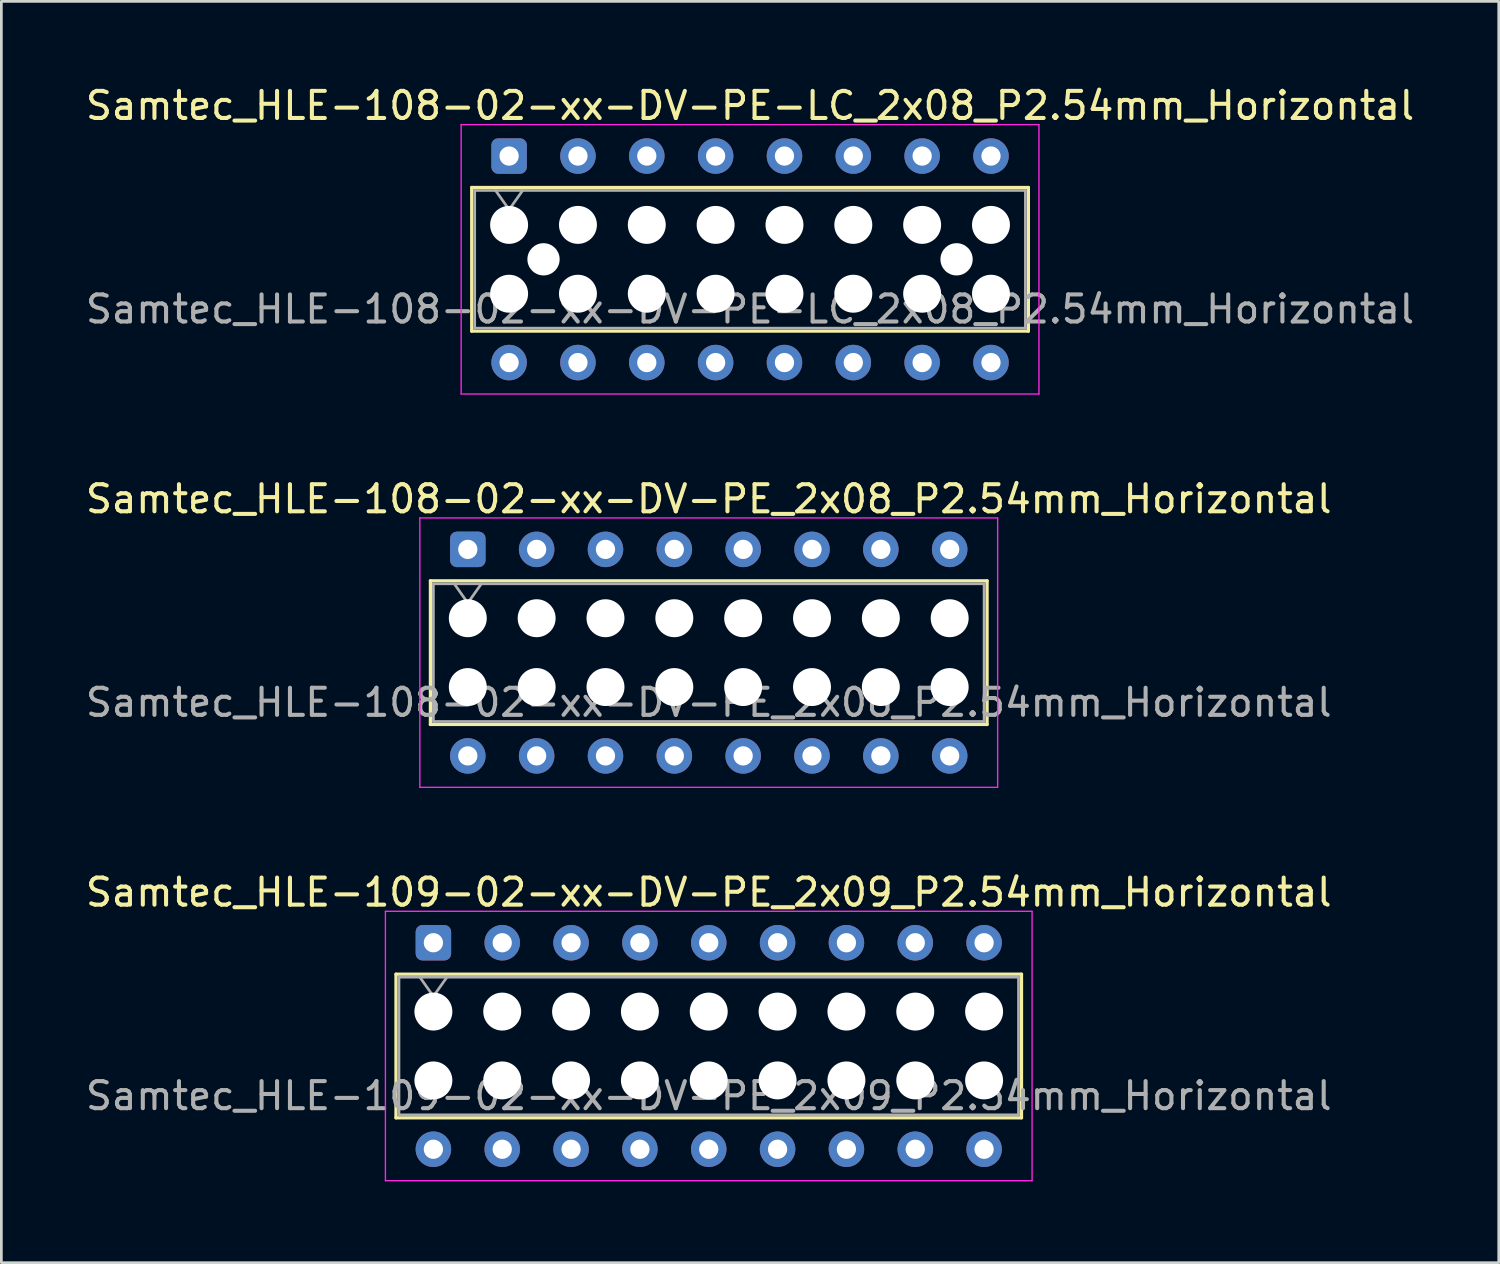
<source format=kicad_pcb>
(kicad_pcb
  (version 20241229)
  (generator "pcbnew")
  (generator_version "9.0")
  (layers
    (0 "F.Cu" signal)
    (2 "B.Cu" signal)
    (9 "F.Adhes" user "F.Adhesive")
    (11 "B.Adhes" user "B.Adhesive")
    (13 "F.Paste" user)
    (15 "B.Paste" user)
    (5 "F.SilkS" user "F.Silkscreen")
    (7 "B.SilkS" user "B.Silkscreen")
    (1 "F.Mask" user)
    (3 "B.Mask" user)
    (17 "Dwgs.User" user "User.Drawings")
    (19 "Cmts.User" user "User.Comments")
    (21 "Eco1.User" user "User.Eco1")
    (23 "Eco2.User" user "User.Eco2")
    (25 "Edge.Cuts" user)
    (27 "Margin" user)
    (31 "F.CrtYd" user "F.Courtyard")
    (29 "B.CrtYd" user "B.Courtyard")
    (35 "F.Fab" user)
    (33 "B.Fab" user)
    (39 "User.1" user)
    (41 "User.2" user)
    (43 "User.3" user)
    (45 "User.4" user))
  (footprint "Samtec_HLE-108-02-xx-DV-PE_2x08_P2.54mm_Horizontal"
    (layer "F.Cu")
    (at 14.211 17.221)
    (property "Reference" "Samtec_HLE-108-02-xx-DV-PE_2x08_P2.54mm_Horizontal" (at 8.89 -1.86 0) (layer "F.SilkS") (effects (font (size 1 1) (thickness 0.15))))
    (attr through_hole)
    (fp_line (start -1.38 1.16) (end 19.16 1.16) (stroke (width 0.12) (type solid)) (layer "F.SilkS"))
    (fp_line (start -1.38 6.46) (end -1.38 1.16) (stroke (width 0.12) (type solid)) (layer "F.SilkS"))
    (fp_line (start 19.16 1.16) (end 19.16 6.46) (stroke (width 0.12) (type solid)) (layer "F.SilkS"))
    (fp_line (start 19.16 6.46) (end -1.38 6.46) (stroke (width 0.12) (type solid)) (layer "F.SilkS"))
    (fp_line (start -1.77 -1.16) (end 19.55 -1.16) (stroke (width 0.05) (type solid)) (layer "F.CrtYd"))
    (fp_line (start -1.77 8.78) (end -1.77 -1.16) (stroke (width 0.05) (type solid)) (layer "F.CrtYd"))
    (fp_line (start 19.55 -1.16) (end 19.55 8.78) (stroke (width 0.05) (type solid)) (layer "F.CrtYd"))
    (fp_line (start 19.55 8.78) (end -1.77 8.78) (stroke (width 0.05) (type solid)) (layer "F.CrtYd"))
    (fp_line (start -1.27 1.27) (end 19.05 1.27) (stroke (width 0.1) (type solid)) (layer "F.Fab"))
    (fp_line (start -1.27 6.35) (end -1.27 1.27) (stroke (width 0.1) (type solid)) (layer "F.Fab"))
    (fp_line (start -0.5 1.27) (end 0 1.977) (stroke (width 0.1) (type solid)) (layer "F.Fab"))
    (fp_line (start 0 1.977) (end 0.5 1.27) (stroke (width 0.1) (type solid)) (layer "F.Fab"))
    (fp_line (start 19.05 1.27) (end 19.05 6.35) (stroke (width 0.1) (type solid)) (layer "F.Fab"))
    (fp_line (start 19.05 6.35) (end -1.27 6.35) (stroke (width 0.1) (type solid)) (layer "F.Fab"))
    (fp_text user "${REFERENCE}" (at 8.89 5.65 0) (layer "F.Fab") (effects (font (size 1 1) (thickness 0.15))))
    (pad "" np_thru_hole circle (at 0 2.54) (size 1.4 1.4) (drill 1.4) (layers "*.Cu" "*.Mask"))
    (pad "" np_thru_hole circle (at 0 5.08) (size 1.4 1.4) (drill 1.4) (layers "*.Cu" "*.Mask"))
    (pad "" np_thru_hole circle (at 2.54 2.54) (size 1.4 1.4) (drill 1.4) (layers "*.Cu" "*.Mask"))
    (pad "" np_thru_hole circle (at 2.54 5.08) (size 1.4 1.4) (drill 1.4) (layers "*.Cu" "*.Mask"))
    (pad "" np_thru_hole circle (at 5.08 2.54) (size 1.4 1.4) (drill 1.4) (layers "*.Cu" "*.Mask"))
    (pad "" np_thru_hole circle (at 5.08 5.08) (size 1.4 1.4) (drill 1.4) (layers "*.Cu" "*.Mask"))
    (pad "" np_thru_hole circle (at 7.62 2.54) (size 1.4 1.4) (drill 1.4) (layers "*.Cu" "*.Mask"))
    (pad "" np_thru_hole circle (at 7.62 5.08) (size 1.4 1.4) (drill 1.4) (layers "*.Cu" "*.Mask"))
    (pad "" np_thru_hole circle (at 10.16 2.54) (size 1.4 1.4) (drill 1.4) (layers "*.Cu" "*.Mask"))
    (pad "" np_thru_hole circle (at 10.16 5.08) (size 1.4 1.4) (drill 1.4) (layers "*.Cu" "*.Mask"))
    (pad "" np_thru_hole circle (at 12.7 2.54) (size 1.4 1.4) (drill 1.4) (layers "*.Cu" "*.Mask"))
    (pad "" np_thru_hole circle (at 12.7 5.08) (size 1.4 1.4) (drill 1.4) (layers "*.Cu" "*.Mask"))
    (pad "" np_thru_hole circle (at 15.24 2.54) (size 1.4 1.4) (drill 1.4) (layers "*.Cu" "*.Mask"))
    (pad "" np_thru_hole circle (at 15.24 5.08) (size 1.4 1.4) (drill 1.4) (layers "*.Cu" "*.Mask"))
    (pad "" np_thru_hole circle (at 17.78 2.54) (size 1.4 1.4) (drill 1.4) (layers "*.Cu" "*.Mask"))
    (pad "" np_thru_hole circle (at 17.78 5.08) (size 1.4 1.4) (drill 1.4) (layers "*.Cu" "*.Mask"))
    (pad "1" thru_hole roundrect (at 0 0) (size 1.31 1.31) (drill 0.71) (layers "*.Cu" "*.Mask") (roundrect_rratio 0.191))
    (pad "2" thru_hole circle (at 0 7.62) (size 1.31 1.31) (drill 0.71) (layers "*.Cu" "*.Mask"))
    (pad "3" thru_hole circle (at 2.54 0) (size 1.31 1.31) (drill 0.71) (layers "*.Cu" "*.Mask"))
    (pad "4" thru_hole circle (at 2.54 7.62) (size 1.31 1.31) (drill 0.71) (layers "*.Cu" "*.Mask"))
    (pad "5" thru_hole circle (at 5.08 0) (size 1.31 1.31) (drill 0.71) (layers "*.Cu" "*.Mask"))
    (pad "6" thru_hole circle (at 5.08 7.62) (size 1.31 1.31) (drill 0.71) (layers "*.Cu" "*.Mask"))
    (pad "7" thru_hole circle (at 7.62 0) (size 1.31 1.31) (drill 0.71) (layers "*.Cu" "*.Mask"))
    (pad "8" thru_hole circle (at 7.62 7.62) (size 1.31 1.31) (drill 0.71) (layers "*.Cu" "*.Mask"))
    (pad "9" thru_hole circle (at 10.16 0) (size 1.31 1.31) (drill 0.71) (layers "*.Cu" "*.Mask"))
    (pad "10" thru_hole circle (at 10.16 7.62) (size 1.31 1.31) (drill 0.71) (layers "*.Cu" "*.Mask"))
    (pad "11" thru_hole circle (at 12.7 0) (size 1.31 1.31) (drill 0.71) (layers "*.Cu" "*.Mask"))
    (pad "12" thru_hole circle (at 12.7 7.62) (size 1.31 1.31) (drill 0.71) (layers "*.Cu" "*.Mask"))
    (pad "13" thru_hole circle (at 15.24 0) (size 1.31 1.31) (drill 0.71) (layers "*.Cu" "*.Mask"))
    (pad "14" thru_hole circle (at 15.24 7.62) (size 1.31 1.31) (drill 0.71) (layers "*.Cu" "*.Mask"))
    (pad "15" thru_hole circle (at 17.78 0) (size 1.31 1.31) (drill 0.71) (layers "*.Cu" "*.Mask"))
    (pad "16" thru_hole circle (at 17.78 7.62) (size 1.31 1.31) (drill 0.71) (layers "*.Cu" "*.Mask")))
  (footprint "Samtec_HLE-108-02-xx-DV-PE-LC_2x08_P2.54mm_Horizontal"
    (layer "F.Cu")
    (at 15.735 2.708)
    (property "Reference" "Samtec_HLE-108-02-xx-DV-PE-LC_2x08_P2.54mm_Horizontal" (at 8.89 -1.86 0) (layer "F.SilkS") (effects (font (size 1 1) (thickness 0.15))))
    (attr through_hole)
    (fp_line (start -1.38 1.16) (end 19.16 1.16) (stroke (width 0.12) (type solid)) (layer "F.SilkS"))
    (fp_line (start -1.38 6.46) (end -1.38 1.16) (stroke (width 0.12) (type solid)) (layer "F.SilkS"))
    (fp_line (start 19.16 1.16) (end 19.16 6.46) (stroke (width 0.12) (type solid)) (layer "F.SilkS"))
    (fp_line (start 19.16 6.46) (end -1.38 6.46) (stroke (width 0.12) (type solid)) (layer "F.SilkS"))
    (fp_line (start -1.77 -1.16) (end 19.55 -1.16) (stroke (width 0.05) (type solid)) (layer "F.CrtYd"))
    (fp_line (start -1.77 8.78) (end -1.77 -1.16) (stroke (width 0.05) (type solid)) (layer "F.CrtYd"))
    (fp_line (start 19.55 -1.16) (end 19.55 8.78) (stroke (width 0.05) (type solid)) (layer "F.CrtYd"))
    (fp_line (start 19.55 8.78) (end -1.77 8.78) (stroke (width 0.05) (type solid)) (layer "F.CrtYd"))
    (fp_line (start -1.27 1.27) (end 19.05 1.27) (stroke (width 0.1) (type solid)) (layer "F.Fab"))
    (fp_line (start -1.27 6.35) (end -1.27 1.27) (stroke (width 0.1) (type solid)) (layer "F.Fab"))
    (fp_line (start -0.5 1.27) (end 0 1.977) (stroke (width 0.1) (type solid)) (layer "F.Fab"))
    (fp_line (start 0 1.977) (end 0.5 1.27) (stroke (width 0.1) (type solid)) (layer "F.Fab"))
    (fp_line (start 19.05 1.27) (end 19.05 6.35) (stroke (width 0.1) (type solid)) (layer "F.Fab"))
    (fp_line (start 19.05 6.35) (end -1.27 6.35) (stroke (width 0.1) (type solid)) (layer "F.Fab"))
    (fp_text user "${REFERENCE}" (at 8.89 5.65 0) (layer "F.Fab") (effects (font (size 1 1) (thickness 0.15))))
    (pad "" np_thru_hole circle (at 0 2.54) (size 1.4 1.4) (drill 1.4) (layers "*.Cu" "*.Mask"))
    (pad "" np_thru_hole circle (at 0 5.08) (size 1.4 1.4) (drill 1.4) (layers "*.Cu" "*.Mask"))
    (pad "" np_thru_hole circle (at 1.27 3.81) (size 1.19 1.19) (drill 1.19) (layers "*.Cu" "*.Mask"))
    (pad "" np_thru_hole circle (at 2.54 2.54) (size 1.4 1.4) (drill 1.4) (layers "*.Cu" "*.Mask"))
    (pad "" np_thru_hole circle (at 2.54 5.08) (size 1.4 1.4) (drill 1.4) (layers "*.Cu" "*.Mask"))
    (pad "" np_thru_hole circle (at 5.08 2.54) (size 1.4 1.4) (drill 1.4) (layers "*.Cu" "*.Mask"))
    (pad "" np_thru_hole circle (at 5.08 5.08) (size 1.4 1.4) (drill 1.4) (layers "*.Cu" "*.Mask"))
    (pad "" np_thru_hole circle (at 7.62 2.54) (size 1.4 1.4) (drill 1.4) (layers "*.Cu" "*.Mask"))
    (pad "" np_thru_hole circle (at 7.62 5.08) (size 1.4 1.4) (drill 1.4) (layers "*.Cu" "*.Mask"))
    (pad "" np_thru_hole circle (at 10.16 2.54) (size 1.4 1.4) (drill 1.4) (layers "*.Cu" "*.Mask"))
    (pad "" np_thru_hole circle (at 10.16 5.08) (size 1.4 1.4) (drill 1.4) (layers "*.Cu" "*.Mask"))
    (pad "" np_thru_hole circle (at 12.7 2.54) (size 1.4 1.4) (drill 1.4) (layers "*.Cu" "*.Mask"))
    (pad "" np_thru_hole circle (at 12.7 5.08) (size 1.4 1.4) (drill 1.4) (layers "*.Cu" "*.Mask"))
    (pad "" np_thru_hole circle (at 15.24 2.54) (size 1.4 1.4) (drill 1.4) (layers "*.Cu" "*.Mask"))
    (pad "" np_thru_hole circle (at 15.24 5.08) (size 1.4 1.4) (drill 1.4) (layers "*.Cu" "*.Mask"))
    (pad "" np_thru_hole circle (at 16.51 3.81) (size 1.19 1.19) (drill 1.19) (layers "*.Cu" "*.Mask"))
    (pad "" np_thru_hole circle (at 17.78 2.54) (size 1.4 1.4) (drill 1.4) (layers "*.Cu" "*.Mask"))
    (pad "" np_thru_hole circle (at 17.78 5.08) (size 1.4 1.4) (drill 1.4) (layers "*.Cu" "*.Mask"))
    (pad "1" thru_hole roundrect (at 0 0) (size 1.31 1.31) (drill 0.71) (layers "*.Cu" "*.Mask") (roundrect_rratio 0.191))
    (pad "2" thru_hole circle (at 0 7.62) (size 1.31 1.31) (drill 0.71) (layers "*.Cu" "*.Mask"))
    (pad "3" thru_hole circle (at 2.54 0) (size 1.31 1.31) (drill 0.71) (layers "*.Cu" "*.Mask"))
    (pad "4" thru_hole circle (at 2.54 7.62) (size 1.31 1.31) (drill 0.71) (layers "*.Cu" "*.Mask"))
    (pad "5" thru_hole circle (at 5.08 0) (size 1.31 1.31) (drill 0.71) (layers "*.Cu" "*.Mask"))
    (pad "6" thru_hole circle (at 5.08 7.62) (size 1.31 1.31) (drill 0.71) (layers "*.Cu" "*.Mask"))
    (pad "7" thru_hole circle (at 7.62 0) (size 1.31 1.31) (drill 0.71) (layers "*.Cu" "*.Mask"))
    (pad "8" thru_hole circle (at 7.62 7.62) (size 1.31 1.31) (drill 0.71) (layers "*.Cu" "*.Mask"))
    (pad "9" thru_hole circle (at 10.16 0) (size 1.31 1.31) (drill 0.71) (layers "*.Cu" "*.Mask"))
    (pad "10" thru_hole circle (at 10.16 7.62) (size 1.31 1.31) (drill 0.71) (layers "*.Cu" "*.Mask"))
    (pad "11" thru_hole circle (at 12.7 0) (size 1.31 1.31) (drill 0.71) (layers "*.Cu" "*.Mask"))
    (pad "12" thru_hole circle (at 12.7 7.62) (size 1.31 1.31) (drill 0.71) (layers "*.Cu" "*.Mask"))
    (pad "13" thru_hole circle (at 15.24 0) (size 1.31 1.31) (drill 0.71) (layers "*.Cu" "*.Mask"))
    (pad "14" thru_hole circle (at 15.24 7.62) (size 1.31 1.31) (drill 0.71) (layers "*.Cu" "*.Mask"))
    (pad "15" thru_hole circle (at 17.78 0) (size 1.31 1.31) (drill 0.71) (layers "*.Cu" "*.Mask"))
    (pad "16" thru_hole circle (at 17.78 7.62) (size 1.31 1.31) (drill 0.71) (layers "*.Cu" "*.Mask")))
  (footprint "Samtec_HLE-109-02-xx-DV-PE_2x09_P2.54mm_Horizontal"
    (layer "F.Cu")
    (at 12.941 31.735)
    (property "Reference" "Samtec_HLE-109-02-xx-DV-PE_2x09_P2.54mm_Horizontal" (at 10.16 -1.86 0) (layer "F.SilkS") (effects (font (size 1 1) (thickness 0.15))))
    (attr through_hole)
    (fp_line (start -1.38 1.16) (end 21.7 1.16) (stroke (width 0.12) (type solid)) (layer "F.SilkS"))
    (fp_line (start -1.38 6.46) (end -1.38 1.16) (stroke (width 0.12) (type solid)) (layer "F.SilkS"))
    (fp_line (start 21.7 1.16) (end 21.7 6.46) (stroke (width 0.12) (type solid)) (layer "F.SilkS"))
    (fp_line (start 21.7 6.46) (end -1.38 6.46) (stroke (width 0.12) (type solid)) (layer "F.SilkS"))
    (fp_line (start -1.77 -1.16) (end 22.09 -1.16) (stroke (width 0.05) (type solid)) (layer "F.CrtYd"))
    (fp_line (start -1.77 8.78) (end -1.77 -1.16) (stroke (width 0.05) (type solid)) (layer "F.CrtYd"))
    (fp_line (start 22.09 -1.16) (end 22.09 8.78) (stroke (width 0.05) (type solid)) (layer "F.CrtYd"))
    (fp_line (start 22.09 8.78) (end -1.77 8.78) (stroke (width 0.05) (type solid)) (layer "F.CrtYd"))
    (fp_line (start -1.27 1.27) (end 21.59 1.27) (stroke (width 0.1) (type solid)) (layer "F.Fab"))
    (fp_line (start -1.27 6.35) (end -1.27 1.27) (stroke (width 0.1) (type solid)) (layer "F.Fab"))
    (fp_line (start -0.5 1.27) (end 0 1.977) (stroke (width 0.1) (type solid)) (layer "F.Fab"))
    (fp_line (start 0 1.977) (end 0.5 1.27) (stroke (width 0.1) (type solid)) (layer "F.Fab"))
    (fp_line (start 21.59 1.27) (end 21.59 6.35) (stroke (width 0.1) (type solid)) (layer "F.Fab"))
    (fp_line (start 21.59 6.35) (end -1.27 6.35) (stroke (width 0.1) (type solid)) (layer "F.Fab"))
    (fp_text user "${REFERENCE}" (at 10.16 5.65 0) (layer "F.Fab") (effects (font (size 1 1) (thickness 0.15))))
    (pad "" np_thru_hole circle (at 0 2.54) (size 1.4 1.4) (drill 1.4) (layers "*.Cu" "*.Mask"))
    (pad "" np_thru_hole circle (at 0 5.08) (size 1.4 1.4) (drill 1.4) (layers "*.Cu" "*.Mask"))
    (pad "" np_thru_hole circle (at 2.54 2.54) (size 1.4 1.4) (drill 1.4) (layers "*.Cu" "*.Mask"))
    (pad "" np_thru_hole circle (at 2.54 5.08) (size 1.4 1.4) (drill 1.4) (layers "*.Cu" "*.Mask"))
    (pad "" np_thru_hole circle (at 5.08 2.54) (size 1.4 1.4) (drill 1.4) (layers "*.Cu" "*.Mask"))
    (pad "" np_thru_hole circle (at 5.08 5.08) (size 1.4 1.4) (drill 1.4) (layers "*.Cu" "*.Mask"))
    (pad "" np_thru_hole circle (at 7.62 2.54) (size 1.4 1.4) (drill 1.4) (layers "*.Cu" "*.Mask"))
    (pad "" np_thru_hole circle (at 7.62 5.08) (size 1.4 1.4) (drill 1.4) (layers "*.Cu" "*.Mask"))
    (pad "" np_thru_hole circle (at 10.16 2.54) (size 1.4 1.4) (drill 1.4) (layers "*.Cu" "*.Mask"))
    (pad "" np_thru_hole circle (at 10.16 5.08) (size 1.4 1.4) (drill 1.4) (layers "*.Cu" "*.Mask"))
    (pad "" np_thru_hole circle (at 12.7 2.54) (size 1.4 1.4) (drill 1.4) (layers "*.Cu" "*.Mask"))
    (pad "" np_thru_hole circle (at 12.7 5.08) (size 1.4 1.4) (drill 1.4) (layers "*.Cu" "*.Mask"))
    (pad "" np_thru_hole circle (at 15.24 2.54) (size 1.4 1.4) (drill 1.4) (layers "*.Cu" "*.Mask"))
    (pad "" np_thru_hole circle (at 15.24 5.08) (size 1.4 1.4) (drill 1.4) (layers "*.Cu" "*.Mask"))
    (pad "" np_thru_hole circle (at 17.78 2.54) (size 1.4 1.4) (drill 1.4) (layers "*.Cu" "*.Mask"))
    (pad "" np_thru_hole circle (at 17.78 5.08) (size 1.4 1.4) (drill 1.4) (layers "*.Cu" "*.Mask"))
    (pad "" np_thru_hole circle (at 20.32 2.54) (size 1.4 1.4) (drill 1.4) (layers "*.Cu" "*.Mask"))
    (pad "" np_thru_hole circle (at 20.32 5.08) (size 1.4 1.4) (drill 1.4) (layers "*.Cu" "*.Mask"))
    (pad "1" thru_hole roundrect (at 0 0) (size 1.31 1.31) (drill 0.71) (layers "*.Cu" "*.Mask") (roundrect_rratio 0.191))
    (pad "2" thru_hole circle (at 0 7.62) (size 1.31 1.31) (drill 0.71) (layers "*.Cu" "*.Mask"))
    (pad "3" thru_hole circle (at 2.54 0) (size 1.31 1.31) (drill 0.71) (layers "*.Cu" "*.Mask"))
    (pad "4" thru_hole circle (at 2.54 7.62) (size 1.31 1.31) (drill 0.71) (layers "*.Cu" "*.Mask"))
    (pad "5" thru_hole circle (at 5.08 0) (size 1.31 1.31) (drill 0.71) (layers "*.Cu" "*.Mask"))
    (pad "6" thru_hole circle (at 5.08 7.62) (size 1.31 1.31) (drill 0.71) (layers "*.Cu" "*.Mask"))
    (pad "7" thru_hole circle (at 7.62 0) (size 1.31 1.31) (drill 0.71) (layers "*.Cu" "*.Mask"))
    (pad "8" thru_hole circle (at 7.62 7.62) (size 1.31 1.31) (drill 0.71) (layers "*.Cu" "*.Mask"))
    (pad "9" thru_hole circle (at 10.16 0) (size 1.31 1.31) (drill 0.71) (layers "*.Cu" "*.Mask"))
    (pad "10" thru_hole circle (at 10.16 7.62) (size 1.31 1.31) (drill 0.71) (layers "*.Cu" "*.Mask"))
    (pad "11" thru_hole circle (at 12.7 0) (size 1.31 1.31) (drill 0.71) (layers "*.Cu" "*.Mask"))
    (pad "12" thru_hole circle (at 12.7 7.62) (size 1.31 1.31) (drill 0.71) (layers "*.Cu" "*.Mask"))
    (pad "13" thru_hole circle (at 15.24 0) (size 1.31 1.31) (drill 0.71) (layers "*.Cu" "*.Mask"))
    (pad "14" thru_hole circle (at 15.24 7.62) (size 1.31 1.31) (drill 0.71) (layers "*.Cu" "*.Mask"))
    (pad "15" thru_hole circle (at 17.78 0) (size 1.31 1.31) (drill 0.71) (layers "*.Cu" "*.Mask"))
    (pad "16" thru_hole circle (at 17.78 7.62) (size 1.31 1.31) (drill 0.71) (layers "*.Cu" "*.Mask"))
    (pad "17" thru_hole circle (at 20.32 0) (size 1.31 1.31) (drill 0.71) (layers "*.Cu" "*.Mask"))
    (pad "18" thru_hole circle (at 20.32 7.62) (size 1.31 1.31) (drill 0.71) (layers "*.Cu" "*.Mask")))
  (gr_rect
    (start -3 -3)
    (end 52.25 43.54)
    (stroke (width 0.1) (type default))
    (fill no)
    (layer "Edge.Cuts")))
</source>
